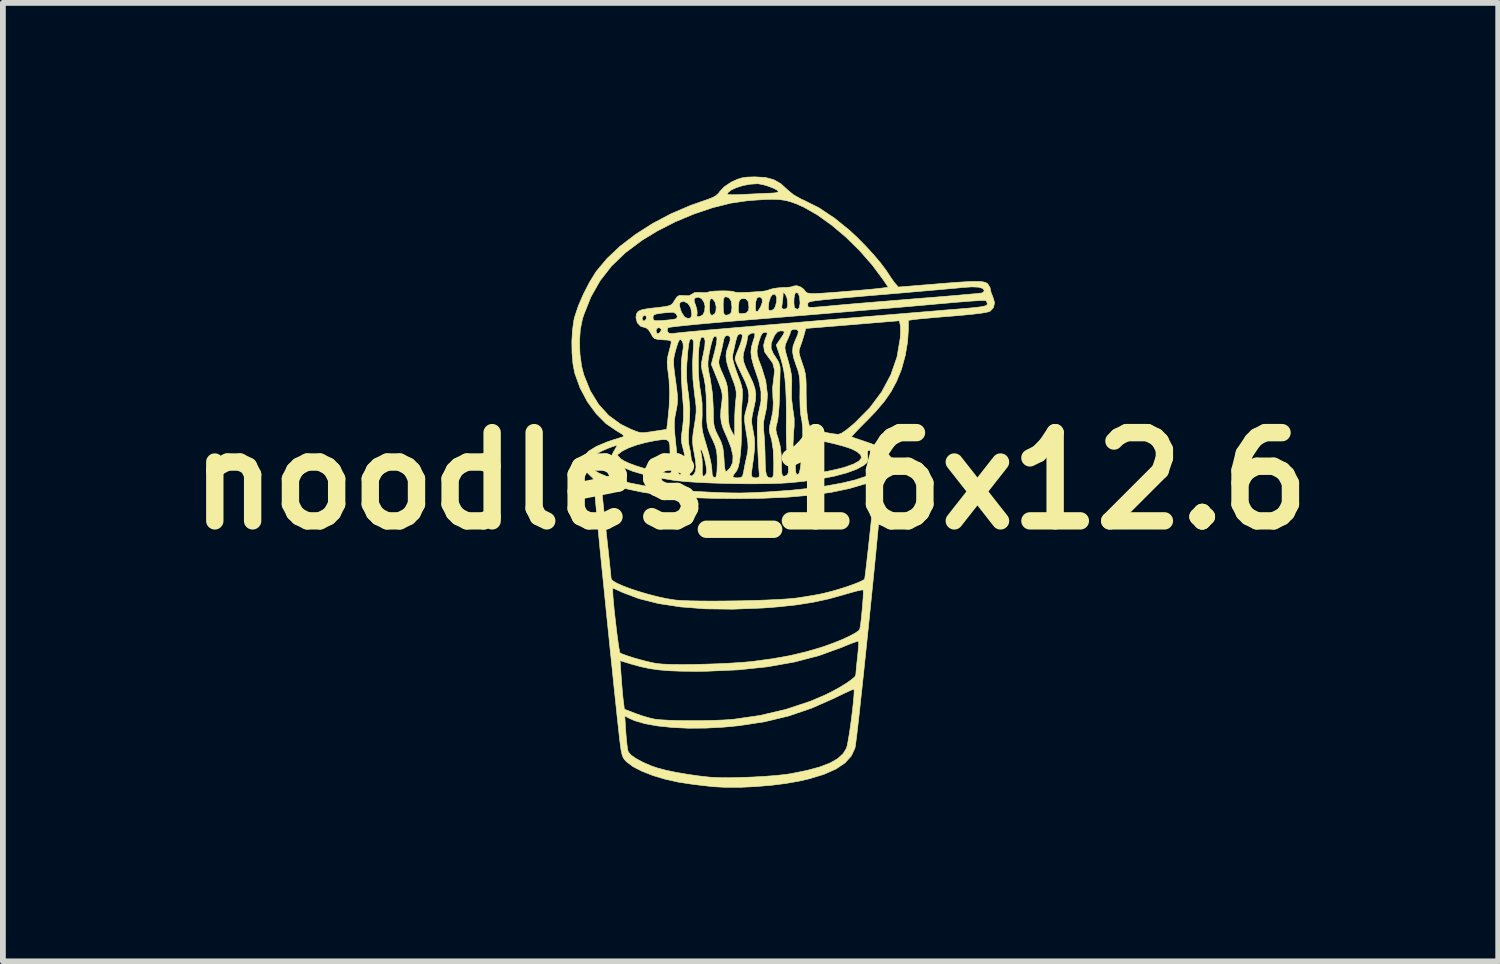
<source format=kicad_pcb>
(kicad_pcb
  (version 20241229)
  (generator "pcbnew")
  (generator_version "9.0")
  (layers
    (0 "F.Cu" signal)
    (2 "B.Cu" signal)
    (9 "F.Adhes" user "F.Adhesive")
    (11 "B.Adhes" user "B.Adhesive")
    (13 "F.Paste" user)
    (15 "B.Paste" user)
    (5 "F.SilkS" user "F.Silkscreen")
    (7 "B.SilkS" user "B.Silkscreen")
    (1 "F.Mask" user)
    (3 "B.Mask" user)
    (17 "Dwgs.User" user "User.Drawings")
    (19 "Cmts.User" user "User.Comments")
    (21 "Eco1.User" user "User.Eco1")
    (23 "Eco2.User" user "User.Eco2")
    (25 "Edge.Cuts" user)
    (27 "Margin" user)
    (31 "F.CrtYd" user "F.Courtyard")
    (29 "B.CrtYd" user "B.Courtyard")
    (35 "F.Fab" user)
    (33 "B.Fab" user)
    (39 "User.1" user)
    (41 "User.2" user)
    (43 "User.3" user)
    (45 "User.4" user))
  (footprint "noodles_16x12.6"
    (layer "F.Cu")
    (at 9.913 5.257)
    (property "Reference" "noodles_16x12.6" (at 0 0 0) (layer "F.SilkS") (effects (font (size 1.524 1.524) (thickness 0.3))))
    (attr through_hole)
    (fp_poly (pts (xy 0.256 -5.242) (xy 0.4 -5.204) (xy 0.525 -5.133) (xy 0.642 -5.025) (xy 0.742 -4.943) (xy 0.877 -4.867) (xy 0.923 -4.847) (xy 1.183 -4.717) (xy 1.454 -4.536) (xy 1.704 -4.334) (xy 1.841 -4.207) (xy 1.984 -4.062) (xy 2.122 -3.912) (xy 2.245 -3.767) (xy 2.341 -3.639) (xy 2.375 -3.588) (xy 2.429 -3.506) (xy 2.481 -3.433) (xy 2.5 -3.41) (xy 2.553 -3.349) (xy 3.142 -3.397) (xy 3.388 -3.417) (xy 3.586 -3.432) (xy 3.742 -3.442) (xy 3.862 -3.446) (xy 3.951 -3.445) (xy 4.014 -3.439) (xy 4.058 -3.428) (xy 4.087 -3.412) (xy 4.1 -3.4) (xy 4.135 -3.344) (xy 4.144 -3.305) (xy 4.156 -3.25) (xy 4.185 -3.181) (xy 4.186 -3.177) (xy 4.215 -3.079) (xy 4.196 -2.993) (xy 4.137 -2.931) (xy 4.085 -2.915) (xy 3.982 -2.897) (xy 3.83 -2.879) (xy 3.631 -2.86) (xy 3.503 -2.849) (xy 3.326 -2.835) (xy 3.162 -2.821) (xy 3.02 -2.808) (xy 2.909 -2.798) (xy 2.839 -2.79) (xy 2.827 -2.789) (xy 2.727 -2.774) (xy 2.727 -2.629) (xy 2.713 -2.406) (xy 2.673 -2.169) (xy 2.612 -1.945) (xy 2.601 -1.912) (xy 2.521 -1.717) (xy 2.427 -1.542) (xy 2.31 -1.373) (xy 2.161 -1.198) (xy 2.027 -1.059) (xy 1.927 -0.959) (xy 1.843 -0.873) (xy 1.781 -0.807) (xy 1.748 -0.769) (xy 1.743 -0.762) (xy 1.771 -0.752) (xy 1.836 -0.729) (xy 1.925 -0.699) (xy 1.938 -0.695) (xy 2.093 -0.641) (xy 2.207 -0.593) (xy 2.293 -0.543) (xy 2.349 -0.498) (xy 2.423 -0.409) (xy 2.444 -0.318) (xy 2.415 -0.221) (xy 2.342 -0.126) (xy 2.296 -0.061) (xy 2.273 0.001) (xy 2.273 0.009) (xy 2.27 0.07) (xy 2.262 0.177) (xy 2.25 0.326) (xy 2.233 0.513) (xy 2.213 0.732) (xy 2.19 0.977) (xy 2.164 1.246) (xy 2.136 1.532) (xy 2.106 1.83) (xy 2.075 2.136) (xy 2.044 2.444) (xy 2.012 2.751) (xy 1.981 3.051) (xy 1.951 3.338) (xy 1.922 3.609) (xy 1.895 3.858) (xy 1.871 4.08) (xy 1.849 4.27) (xy 1.831 4.425) (xy 1.816 4.537) (xy 1.806 4.604) (xy 1.803 4.617) (xy 1.74 4.751) (xy 1.631 4.871) (xy 1.474 4.976) (xy 1.269 5.067) (xy 1.013 5.145) (xy 0.842 5.184) (xy 0.61 5.225) (xy 0.352 5.257) (xy 0.084 5.279) (xy -0.181 5.292) (xy -0.426 5.292) (xy -0.639 5.281) (xy -0.682 5.277) (xy -0.744 5.269) (xy -0.843 5.258) (xy -0.959 5.244) (xy -1.009 5.238) (xy -1.247 5.202) (xy -1.478 5.15) (xy -1.691 5.086) (xy -1.879 5.012) (xy -2.032 4.933) (xy -2.142 4.85) (xy -2.15 4.842) (xy -2.179 4.809) (xy -2.201 4.775) (xy -2.218 4.73) (xy -2.233 4.665) (xy -2.247 4.572) (xy -2.263 4.441) (xy -2.277 4.312) (xy -2.299 4.113) (xy -2.305 4.059) (xy -2.172 4.059) (xy -2.153 4.349) (xy -2.143 4.472) (xy -2.131 4.578) (xy -2.119 4.653) (xy -2.11 4.682) (xy -2.061 4.737) (xy -1.971 4.799) (xy -1.852 4.862) (xy -1.715 4.921) (xy -1.614 4.956) (xy -1.467 4.995) (xy -1.282 5.034) (xy -1.075 5.069) (xy -0.861 5.099) (xy -0.695 5.117) (xy -0.558 5.124) (xy -0.381 5.126) (xy -0.179 5.122) (xy 0.035 5.114) (xy 0.247 5.102) (xy 0.443 5.087) (xy 0.61 5.069) (xy 0.695 5.056) (xy 0.969 5.001) (xy 1.193 4.941) (xy 1.371 4.873) (xy 1.506 4.796) (xy 1.601 4.708) (xy 1.656 4.618) (xy 1.671 4.566) (xy 1.688 4.476) (xy 1.708 4.358) (xy 1.728 4.222) (xy 1.747 4.078) (xy 1.764 3.936) (xy 1.778 3.807) (xy 1.787 3.7) (xy 1.79 3.626) (xy 1.786 3.595) (xy 1.76 3.604) (xy 1.696 3.632) (xy 1.601 3.676) (xy 1.486 3.732) (xy 1.444 3.753) (xy 1.056 3.924) (xy 0.66 4.059) (xy 0.245 4.159) (xy -0.199 4.227) (xy -0.46 4.252) (xy -0.771 4.269) (xy -1.07 4.271) (xy -1.349 4.258) (xy -1.602 4.232) (xy -1.822 4.193) (xy -2 4.141) (xy -2.087 4.103) (xy -2.172 4.059) (xy -2.305 4.059) (xy -2.324 3.877) (xy -2.352 3.611) (xy -2.382 3.321) (xy -2.404 3.104) (xy -2.253 3.104) (xy -2.234 3.377) (xy -2.224 3.512) (xy -2.213 3.645) (xy -2.202 3.756) (xy -2.197 3.796) (xy -2.179 3.942) (xy -1.985 4.017) (xy -1.868 4.058) (xy -1.747 4.093) (xy -1.651 4.115) (xy -1.555 4.125) (xy -1.416 4.133) (xy -1.247 4.138) (xy -1.059 4.14) (xy -0.863 4.14) (xy -0.671 4.136) (xy -0.494 4.13) (xy -0.344 4.121) (xy -0.29 4.116) (xy 0.165 4.05) (xy 0.608 3.946) (xy 1.026 3.808) (xy 1.277 3.702) (xy 1.409 3.637) (xy 1.535 3.568) (xy 1.649 3.498) (xy 1.739 3.435) (xy 1.799 3.385) (xy 1.818 3.353) (xy 1.821 3.313) (xy 1.828 3.232) (xy 1.839 3.125) (xy 1.848 3.047) (xy 1.859 2.933) (xy 1.866 2.841) (xy 1.868 2.781) (xy 1.866 2.766) (xy 1.839 2.772) (xy 1.772 2.795) (xy 1.678 2.831) (xy 1.575 2.874) (xy 1.187 3.015) (xy 0.76 3.127) (xy 0.293 3.21) (xy -0.215 3.263) (xy -0.766 3.287) (xy -0.953 3.288) (xy -1.201 3.286) (xy -1.408 3.278) (xy -1.585 3.263) (xy -1.745 3.24) (xy -1.9 3.207) (xy -2.061 3.163) (xy -2.082 3.156) (xy -2.253 3.104) (xy -2.404 3.104) (xy -2.414 3.014) (xy -2.446 2.696) (xy -2.479 2.375) (xy -2.511 2.056) (xy -2.532 1.848) (xy -2.38 1.848) (xy -2.379 1.92) (xy -2.376 1.99) (xy -2.367 2.094) (xy -2.355 2.223) (xy -2.339 2.366) (xy -2.322 2.514) (xy -2.305 2.656) (xy -2.288 2.782) (xy -2.273 2.883) (xy -2.261 2.949) (xy -2.255 2.969) (xy -2.215 2.989) (xy -2.135 3.018) (xy -2.03 3.052) (xy -1.91 3.086) (xy -1.79 3.118) (xy -1.681 3.142) (xy -1.618 3.154) (xy -1.519 3.163) (xy -1.378 3.169) (xy -1.202 3.171) (xy -1.004 3.17) (xy -0.792 3.165) (xy -0.576 3.158) (xy -0.366 3.148) (xy -0.173 3.136) (xy -0.005 3.122) (xy 0.053 3.115) (xy 0.386 3.07) (xy 0.68 3.017) (xy 0.952 2.953) (xy 1.216 2.876) (xy 1.268 2.859) (xy 1.423 2.803) (xy 1.571 2.744) (xy 1.7 2.685) (xy 1.802 2.631) (xy 1.868 2.586) (xy 1.884 2.568) (xy 1.893 2.532) (xy 1.904 2.457) (xy 1.916 2.355) (xy 1.927 2.239) (xy 1.937 2.122) (xy 1.945 2.016) (xy 1.948 1.934) (xy 1.947 1.888) (xy 1.945 1.883) (xy 1.915 1.884) (xy 1.844 1.899) (xy 1.743 1.926) (xy 1.622 1.961) (xy 1.613 1.964) (xy 1.35 2.037) (xy 1.083 2.095) (xy 0.798 2.14) (xy 0.482 2.174) (xy 0.209 2.195) (xy -0.304 2.215) (xy -0.775 2.209) (xy -1.203 2.176) (xy -1.586 2.118) (xy -1.925 2.033) (xy -2.207 1.927) (xy -2.38 1.848) (xy -2.532 1.848) (xy -2.542 1.747) (xy -2.572 1.454) (xy -2.599 1.183) (xy -2.622 0.942) (xy -2.642 0.737) (xy -2.657 0.574) (xy -2.664 0.497) (xy -2.705 0.03) (xy -2.578 0.03) (xy -2.577 0.058) (xy -2.571 0.133) (xy -2.56 0.247) (xy -2.545 0.395) (xy -2.527 0.57) (xy -2.506 0.765) (xy -2.497 0.842) (xy -2.475 1.045) (xy -2.454 1.232) (xy -2.437 1.396) (xy -2.423 1.531) (xy -2.413 1.628) (xy -2.408 1.682) (xy -2.407 1.689) (xy -2.382 1.722) (xy -2.313 1.764) (xy -2.208 1.811) (xy -2.076 1.861) (xy -1.925 1.911) (xy -1.764 1.958) (xy -1.601 2) (xy -1.444 2.034) (xy -1.301 2.056) (xy -1.297 2.057) (xy -1.186 2.065) (xy -1.032 2.071) (xy -0.844 2.074) (xy -0.63 2.075) (xy -0.4 2.073) (xy -0.165 2.07) (xy 0.068 2.064) (xy 0.288 2.056) (xy 0.485 2.047) (xy 0.652 2.036) (xy 0.777 2.024) (xy 0.789 2.023) (xy 0.933 2.001) (xy 1.079 1.977) (xy 1.208 1.953) (xy 1.266 1.94) (xy 1.398 1.907) (xy 1.537 1.867) (xy 1.672 1.824) (xy 1.792 1.781) (xy 1.889 1.742) (xy 1.951 1.711) (xy 1.97 1.695) (xy 1.976 1.662) (xy 1.986 1.583) (xy 2 1.468) (xy 2.016 1.324) (xy 2.035 1.159) (xy 2.054 0.981) (xy 2.074 0.797) (xy 2.093 0.616) (xy 2.11 0.444) (xy 2.125 0.29) (xy 2.138 0.162) (xy 2.146 0.067) (xy 2.15 0.013) (xy 2.149 0.004) (xy 2.123 0.007) (xy 2.06 0.025) (xy 1.976 0.052) (xy 1.703 0.132) (xy 1.391 0.197) (xy 1.037 0.246) (xy 0.639 0.28) (xy 0.194 0.3) (xy -0.227 0.305) (xy -0.628 0.301) (xy -0.985 0.289) (xy -1.304 0.268) (xy -1.594 0.237) (xy -1.863 0.195) (xy -2.119 0.141) (xy -2.321 0.089) (xy -2.428 0.061) (xy -2.514 0.04) (xy -2.567 0.03) (xy -2.578 0.03) (xy -2.705 0.03) (xy -2.711 -0.035) (xy -2.813 -0.136) (xy -2.888 -0.235) (xy -2.911 -0.332) (xy -2.91 -0.332) (xy -2.803 -0.332) (xy -2.787 -0.265) (xy -2.724 -0.199) (xy -2.617 -0.134) (xy -2.47 -0.073) (xy -2.287 -0.015) (xy -2.07 0.038) (xy -1.823 0.086) (xy -1.55 0.126) (xy -1.252 0.159) (xy -0.935 0.182) (xy -0.856 0.186) (xy -0.64 0.197) (xy -0.464 0.204) (xy -0.314 0.207) (xy -0.178 0.208) (xy -0.042 0.205) (xy 0.108 0.199) (xy 0.284 0.19) (xy 0.348 0.186) (xy 0.695 0.161) (xy 1.021 0.127) (xy 1.318 0.085) (xy 1.583 0.036) (xy 1.809 -0.018) (xy 1.99 -0.078) (xy 2.076 -0.116) (xy 2.208 -0.19) (xy 2.288 -0.255) (xy 2.318 -0.315) (xy 2.3 -0.374) (xy 2.234 -0.435) (xy 2.182 -0.468) (xy 2.095 -0.515) (xy 2.044 -0.53) (xy 2.022 -0.512) (xy 2.021 -0.457) (xy 2.024 -0.432) (xy 2.028 -0.359) (xy 2.007 -0.313) (xy 1.956 -0.27) (xy 1.831 -0.202) (xy 1.659 -0.139) (xy 1.444 -0.082) (xy 1.193 -0.033) (xy 0.91 0.007) (xy 0.696 0.029) (xy 0.525 0.04) (xy 0.315 0.046) (xy 0.078 0.049) (xy -0.176 0.048) (xy -0.435 0.043) (xy -0.688 0.035) (xy -0.923 0.024) (xy -1.13 0.01) (xy -1.296 -0.007) (xy -1.323 -0.011) (xy -1.597 -0.056) (xy -1.837 -0.109) (xy -2.039 -0.169) (xy -2.199 -0.234) (xy -2.313 -0.303) (xy -2.369 -0.362) (xy -2.394 -0.408) (xy -2.394 -0.448) (xy -2.394 -0.448) (xy -2.303 -0.448) (xy -2.243 -0.384) (xy -2.187 -0.347) (xy -2.091 -0.303) (xy -1.968 -0.258) (xy -1.83 -0.215) (xy -1.689 -0.178) (xy -1.559 -0.151) (xy -1.451 -0.137) (xy -1.433 -0.136) (xy -1.387 -0.137) (xy -1.367 -0.153) (xy -1.366 -0.199) (xy -1.373 -0.258) (xy -1.384 -0.365) (xy -1.39 -0.483) (xy -1.391 -0.518) (xy -1.394 -0.621) (xy -1.41 -0.683) (xy -1.449 -0.711) (xy -1.52 -0.715) (xy -1.633 -0.699) (xy -1.635 -0.699) (xy -1.806 -0.665) (xy -1.967 -0.621) (xy -2.106 -0.571) (xy -2.208 -0.52) (xy -2.233 -0.503) (xy -2.303 -0.448) (xy -2.394 -0.448) (xy -2.366 -0.504) (xy -2.355 -0.523) (xy -2.299 -0.619) (xy -2.359 -0.601) (xy -2.453 -0.567) (xy -2.558 -0.522) (xy -2.657 -0.473) (xy -2.734 -0.427) (xy -2.769 -0.399) (xy -2.803 -0.332) (xy -2.91 -0.332) (xy -2.88 -0.424) (xy -2.798 -0.513) (xy -2.663 -0.596) (xy -2.477 -0.674) (xy -2.38 -0.707) (xy -2.292 -0.734) (xy -2.221 -0.757) (xy -2.193 -0.766) (xy -2.19 -0.784) (xy -2.234 -0.819) (xy -2.307 -0.862) (xy -2.494 -0.989) (xy -2.666 -1.162) (xy -2.818 -1.369) (xy -2.943 -1.605) (xy -3.035 -1.858) (xy -3.038 -1.872) (xy -3.067 -2.024) (xy -3.083 -2.21) (xy -3.086 -2.407) (xy -2.954 -2.407) (xy -2.946 -2.188) (xy -2.917 -1.978) (xy -2.879 -1.831) (xy -2.767 -1.555) (xy -2.624 -1.322) (xy -2.45 -1.131) (xy -2.243 -0.98) (xy -2.068 -0.894) (xy -1.987 -0.861) (xy -1.929 -0.841) (xy -1.879 -0.833) (xy -1.819 -0.836) (xy -1.733 -0.848) (xy -1.653 -0.86) (xy -1.448 -0.891) (xy -1.432 -1.014) (xy -1.406 -1.275) (xy -1.397 -1.524) (xy -1.407 -1.745) (xy -1.418 -1.839) (xy -1.435 -1.968) (xy -1.438 -2.047) (xy -1.329 -2.047) (xy -1.324 -1.967) (xy -1.312 -1.86) (xy -1.294 -1.735) (xy -1.275 -1.59) (xy -1.263 -1.483) (xy -1.26 -1.4) (xy -1.265 -1.327) (xy -1.277 -1.25) (xy -1.288 -1.199) (xy -1.306 -1.105) (xy -1.315 -1.02) (xy -1.315 -0.929) (xy -1.308 -0.816) (xy -1.295 -0.682) (xy -1.28 -0.542) (xy -1.269 -0.409) (xy -1.261 -0.298) (xy -1.258 -0.234) (xy -1.249 -0.145) (xy -1.229 -0.105) (xy -1.201 -0.115) (xy -1.172 -0.172) (xy -1.15 -0.254) (xy -1.134 -0.355) (xy -1.137 -0.441) (xy -1.16 -0.542) (xy -1.164 -0.555) (xy -1.187 -0.648) (xy -1.195 -0.727) (xy -1.188 -0.818) (xy -1.176 -0.899) (xy -1.159 -1.062) (xy -1.157 -1.235) (xy -1.16 -1.287) (xy -1.181 -1.551) (xy -1.193 -1.768) (xy -1.195 -1.862) (xy -1.105 -1.862) (xy -1.1 -1.72) (xy -1.084 -1.578) (xy -1.07 -1.489) (xy -1.048 -1.255) (xy -1.055 -1.035) (xy -1.066 -0.89) (xy -1.072 -0.785) (xy -1.072 -0.706) (xy -1.067 -0.641) (xy -1.055 -0.575) (xy -1.041 -0.516) (xy -1.022 -0.373) (xy -1.035 -0.243) (xy -1.047 -0.164) (xy -1.051 -0.108) (xy -1.047 -0.094) (xy -1.011 -0.086) (xy -0.973 -0.123) (xy -0.951 -0.168) (xy -0.941 -0.239) (xy -0.95 -0.348) (xy -0.97 -0.467) (xy -0.983 -0.535) (xy -0.864 -0.535) (xy -0.856 -0.485) (xy -0.851 -0.465) (xy -0.837 -0.379) (xy -0.832 -0.273) (xy -0.833 -0.224) (xy -0.834 -0.132) (xy -0.822 -0.087) (xy -0.809 -0.08) (xy -0.779 -0.103) (xy -0.76 -0.144) (xy -0.759 -0.198) (xy -0.771 -0.28) (xy -0.791 -0.374) (xy -0.816 -0.461) (xy -0.841 -0.526) (xy -0.857 -0.549) (xy -0.864 -0.535) (xy -0.983 -0.535) (xy -0.991 -0.578) (xy -1 -0.663) (xy -1 -0.744) (xy -0.989 -0.839) (xy -0.97 -0.96) (xy -0.949 -1.091) (xy -0.939 -1.192) (xy -0.94 -1.284) (xy -0.951 -1.389) (xy -0.964 -1.474) (xy -0.995 -1.762) (xy -1 -2.023) (xy -0.902 -2.023) (xy -0.899 -1.877) (xy -0.89 -1.736) (xy -0.875 -1.61) (xy -0.868 -1.575) (xy -0.837 -1.348) (xy -0.835 -1.134) (xy -0.836 -1.116) (xy -0.841 -1.014) (xy -0.839 -0.93) (xy -0.827 -0.846) (xy -0.801 -0.746) (xy -0.761 -0.613) (xy -0.76 -0.608) (xy -0.722 -0.478) (xy -0.692 -0.355) (xy -0.673 -0.255) (xy -0.668 -0.203) (xy -0.662 -0.111) (xy -0.642 -0.066) (xy -0.606 -0.061) (xy -0.603 -0.062) (xy -0.589 -0.093) (xy -0.579 -0.169) (xy -0.575 -0.282) (xy -0.575 -0.31) (xy -0.577 -0.432) (xy -0.587 -0.522) (xy -0.607 -0.6) (xy -0.644 -0.688) (xy -0.666 -0.735) (xy -0.703 -0.813) (xy -0.728 -0.877) (xy -0.745 -0.94) (xy -0.754 -1.015) (xy -0.759 -1.116) (xy -0.761 -1.255) (xy -0.761 -1.283) (xy -0.767 -1.489) (xy -0.781 -1.651) (xy -0.804 -1.781) (xy -0.813 -1.818) (xy -0.837 -1.91) (xy -0.847 -1.979) (xy -0.844 -2.046) (xy -0.843 -2.055) (xy -0.735 -2.055) (xy -0.735 -1.981) (xy -0.723 -1.895) (xy -0.699 -1.779) (xy -0.696 -1.765) (xy -0.656 -1.5) (xy -0.642 -1.224) (xy -0.641 -1.093) (xy -0.636 -1) (xy -0.624 -0.93) (xy -0.602 -0.866) (xy -0.567 -0.794) (xy -0.555 -0.771) (xy -0.508 -0.673) (xy -0.48 -0.586) (xy -0.465 -0.487) (xy -0.458 -0.383) (xy -0.452 -0.281) (xy -0.442 -0.204) (xy -0.431 -0.164) (xy -0.427 -0.16) (xy -0.397 -0.179) (xy -0.353 -0.226) (xy -0.347 -0.234) (xy -0.307 -0.32) (xy -0.303 -0.434) (xy -0.337 -0.579) (xy -0.408 -0.758) (xy -0.42 -0.783) (xy -0.473 -0.905) (xy -0.504 -1.007) (xy -0.516 -1.109) (xy -0.512 -1.228) (xy -0.495 -1.365) (xy -0.488 -1.439) (xy -0.49 -1.502) (xy -0.504 -1.571) (xy -0.535 -1.66) (xy -0.576 -1.764) (xy -0.677 -2.013) (xy -0.669 -2.046) (xy -0.549 -2.046) (xy -0.539 -1.992) (xy -0.512 -1.921) (xy -0.475 -1.838) (xy -0.439 -1.754) (xy -0.414 -1.685) (xy -0.399 -1.617) (xy -0.391 -1.535) (xy -0.388 -1.425) (xy -0.387 -1.31) (xy -0.386 -1.16) (xy -0.38 -1.052) (xy -0.37 -0.974) (xy -0.353 -0.915) (xy -0.335 -0.876) (xy -0.302 -0.814) (xy -0.281 -0.779) (xy -0.277 -0.775) (xy -0.275 -0.8) (xy -0.273 -0.865) (xy -0.274 -0.958) (xy -0.274 -0.983) (xy -0.273 -1.118) (xy -0.266 -1.264) (xy -0.256 -1.377) (xy -0.247 -1.467) (xy -0.247 -1.537) (xy -0.259 -1.605) (xy -0.284 -1.688) (xy -0.328 -1.802) (xy -0.331 -1.811) (xy -0.385 -1.959) (xy -0.416 -2.073) (xy -0.424 -2.166) (xy -0.31 -2.166) (xy -0.307 -2.103) (xy -0.28 -1.999) (xy -0.233 -1.862) (xy -0.226 -1.845) (xy -0.181 -1.727) (xy -0.154 -1.64) (xy -0.14 -1.568) (xy -0.138 -1.491) (xy -0.144 -1.393) (xy -0.146 -1.364) (xy -0.155 -1.243) (xy -0.16 -1.129) (xy -0.161 -1.042) (xy -0.16 -1.029) (xy -0.156 -0.829) (xy -0.161 -0.639) (xy -0.173 -0.47) (xy -0.192 -0.329) (xy -0.217 -0.225) (xy -0.244 -0.169) (xy -0.294 -0.105) (xy -0.305 -0.07) (xy -0.276 -0.056) (xy -0.23 -0.053) (xy -0.168 -0.058) (xy -0.138 -0.082) (xy -0.122 -0.142) (xy -0.12 -0.154) (xy -0.105 -0.237) (xy -0.083 -0.343) (xy -0.067 -0.414) (xy -0.05 -0.497) (xy -0.043 -0.571) (xy -0.046 -0.652) (xy -0.061 -0.758) (xy -0.073 -0.834) (xy -0.093 -0.957) (xy -0.103 -1.042) (xy -0.103 -1.108) (xy -0.092 -1.168) (xy -0.072 -1.237) (xy -0.038 -1.366) (xy -0.028 -1.477) (xy -0.044 -1.585) (xy -0.088 -1.707) (xy -0.147 -1.83) (xy -0.198 -1.935) (xy -0.239 -2.026) (xy -0.263 -2.089) (xy -0.267 -2.109) (xy -0.262 -2.13) (xy -0.129 -2.13) (xy -0.116 -2.05) (xy -0.079 -1.953) (xy -0.03 -1.851) (xy 0.037 -1.71) (xy 0.076 -1.598) (xy 0.091 -1.496) (xy 0.084 -1.389) (xy 0.058 -1.26) (xy 0.056 -1.252) (xy 0.031 -1.142) (xy 0.02 -1.062) (xy 0.022 -0.988) (xy 0.038 -0.898) (xy 0.045 -0.864) (xy 0.063 -0.76) (xy 0.071 -0.657) (xy 0.068 -0.542) (xy 0.053 -0.4) (xy 0.03 -0.241) (xy 0.017 -0.143) (xy 0.018 -0.087) (xy 0.039 -0.061) (xy 0.081 -0.054) (xy 0.095 -0.053) (xy 0.135 -0.058) (xy 0.151 -0.081) (xy 0.15 -0.138) (xy 0.147 -0.167) (xy 0.142 -0.235) (xy 0.136 -0.343) (xy 0.129 -0.478) (xy 0.123 -0.627) (xy 0.121 -0.682) (xy 0.117 -0.857) (xy 0.117 -0.99) (xy 0.123 -1.091) (xy 0.135 -1.169) (xy 0.147 -1.214) (xy 0.181 -1.378) (xy 0.181 -1.542) (xy 0.144 -1.721) (xy 0.103 -1.845) (xy 0.05 -2.002) (xy 0.018 -2.124) (xy 0.007 -2.223) (xy 0.009 -2.248) (xy 0.112 -2.248) (xy 0.117 -2.176) (xy 0.141 -2.092) (xy 0.184 -1.979) (xy 0.192 -1.96) (xy 0.263 -1.729) (xy 0.292 -1.495) (xy 0.279 -1.272) (xy 0.255 -1.162) (xy 0.225 -1.019) (xy 0.226 -0.883) (xy 0.229 -0.857) (xy 0.237 -0.766) (xy 0.245 -0.641) (xy 0.25 -0.501) (xy 0.252 -0.414) (xy 0.255 -0.268) (xy 0.262 -0.167) (xy 0.276 -0.103) (xy 0.297 -0.068) (xy 0.329 -0.055) (xy 0.349 -0.053) (xy 0.373 -0.057) (xy 0.388 -0.076) (xy 0.396 -0.118) (xy 0.4 -0.194) (xy 0.401 -0.313) (xy 0.401 -0.325) (xy 0.392 -0.539) (xy 0.366 -0.703) (xy 0.356 -0.74) (xy 0.333 -0.82) (xy 0.324 -0.882) (xy 0.33 -0.947) (xy 0.351 -1.038) (xy 0.358 -1.065) (xy 0.387 -1.213) (xy 0.393 -1.354) (xy 0.387 -1.437) (xy 0.381 -1.612) (xy 0.4 -1.761) (xy 0.416 -1.911) (xy 0.383 -2.038) (xy 0.308 -2.138) (xy 0.241 -2.233) (xy 0.233 -2.292) (xy 0.355 -2.292) (xy 0.392 -2.201) (xy 0.431 -2.143) (xy 0.487 -2.052) (xy 0.51 -1.97) (xy 0.512 -1.917) (xy 0.51 -1.847) (xy 0.507 -1.738) (xy 0.504 -1.605) (xy 0.501 -1.462) (xy 0.501 -1.457) (xy 0.495 -1.315) (xy 0.485 -1.183) (xy 0.473 -1.074) (xy 0.459 -1.004) (xy 0.458 -1.002) (xy 0.441 -0.936) (xy 0.439 -0.878) (xy 0.454 -0.806) (xy 0.479 -0.729) (xy 0.514 -0.593) (xy 0.532 -0.44) (xy 0.535 -0.322) (xy 0.536 -0.207) (xy 0.54 -0.135) (xy 0.55 -0.097) (xy 0.568 -0.082) (xy 0.585 -0.08) (xy 0.632 -0.104) (xy 0.651 -0.139) (xy 0.655 -0.195) (xy 0.651 -0.284) (xy 0.64 -0.387) (xy 0.63 -0.493) (xy 0.622 -0.632) (xy 0.618 -0.784) (xy 0.617 -0.896) (xy 0.619 -1.173) (xy 0.616 -1.405) (xy 0.608 -1.598) (xy 0.595 -1.759) (xy 0.576 -1.896) (xy 0.55 -2.016) (xy 0.521 -2.117) (xy 0.461 -2.298) (xy 0.594 -2.298) (xy 0.606 -2.231) (xy 0.612 -2.208) (xy 0.658 -2.048) (xy 0.689 -1.926) (xy 0.707 -1.827) (xy 0.713 -1.739) (xy 0.711 -1.649) (xy 0.709 -1.618) (xy 0.708 -1.43) (xy 0.731 -1.237) (xy 0.732 -1.234) (xy 0.754 -1.081) (xy 0.754 -0.941) (xy 0.745 -0.853) (xy 0.734 -0.626) (xy 0.747 -0.517) (xy 0.764 -0.403) (xy 0.774 -0.287) (xy 0.775 -0.236) (xy 0.781 -0.151) (xy 0.798 -0.111) (xy 0.812 -0.107) (xy 0.839 -0.131) (xy 0.855 -0.191) (xy 0.992 -0.191) (xy 0.999 -0.137) (xy 1.003 -0.129) (xy 1.037 -0.125) (xy 1.111 -0.131) (xy 1.213 -0.146) (xy 1.33 -0.167) (xy 1.451 -0.193) (xy 1.565 -0.22) (xy 1.636 -0.24) (xy 1.782 -0.293) (xy 1.875 -0.345) (xy 1.916 -0.397) (xy 1.903 -0.45) (xy 1.839 -0.506) (xy 1.758 -0.548) (xy 1.689 -0.574) (xy 1.591 -0.604) (xy 1.476 -0.635) (xy 1.355 -0.664) (xy 1.24 -0.689) (xy 1.144 -0.708) (xy 1.077 -0.716) (xy 1.052 -0.713) (xy 1.036 -0.674) (xy 1.021 -0.596) (xy 1.008 -0.495) (xy 0.998 -0.385) (xy 0.992 -0.279) (xy 0.992 -0.191) (xy 0.855 -0.191) (xy 0.858 -0.205) (xy 0.866 -0.261) (xy 0.89 -0.522) (xy 0.902 -0.741) (xy 0.901 -0.915) (xy 0.887 -1.04) (xy 0.882 -1.061) (xy 0.866 -1.154) (xy 0.856 -1.286) (xy 0.852 -1.441) (xy 0.853 -1.5) (xy 0.854 -1.642) (xy 0.85 -1.747) (xy 0.839 -1.83) (xy 0.82 -1.907) (xy 0.79 -1.991) (xy 0.744 -2.128) (xy 0.729 -2.214) (xy 0.839 -2.214) (xy 0.855 -2.147) (xy 0.889 -2.047) (xy 0.893 -2.035) (xy 0.924 -1.943) (xy 0.944 -1.862) (xy 0.956 -1.776) (xy 0.961 -1.669) (xy 0.961 -1.526) (xy 0.961 -1.514) (xy 0.964 -1.337) (xy 0.975 -1.178) (xy 0.994 -1.045) (xy 1.018 -0.948) (xy 1.042 -0.901) (xy 1.075 -0.887) (xy 1.147 -0.869) (xy 1.241 -0.848) (xy 1.343 -0.829) (xy 1.439 -0.813) (xy 1.513 -0.805) (xy 1.517 -0.805) (xy 1.57 -0.823) (xy 1.656 -0.881) (xy 1.772 -0.976) (xy 1.802 -1.003) (xy 2.059 -1.262) (xy 2.266 -1.539) (xy 2.423 -1.832) (xy 2.53 -2.14) (xy 2.585 -2.462) (xy 2.585 -2.464) (xy 2.591 -2.565) (xy 2.59 -2.654) (xy 2.585 -2.704) (xy 2.569 -2.767) (xy 1.762 -2.7) (xy 0.955 -2.634) (xy 0.922 -2.513) (xy 0.893 -2.419) (xy 0.863 -2.332) (xy 0.855 -2.312) (xy 0.84 -2.264) (xy 0.839 -2.214) (xy 0.729 -2.214) (xy 0.726 -2.235) (xy 0.734 -2.326) (xy 0.768 -2.417) (xy 0.775 -2.433) (xy 0.817 -2.528) (xy 0.826 -2.586) (xy 0.8 -2.615) (xy 0.762 -2.62) (xy 0.712 -2.609) (xy 0.695 -2.589) (xy 0.684 -2.547) (xy 0.656 -2.478) (xy 0.637 -2.437) (xy 0.603 -2.358) (xy 0.594 -2.298) (xy 0.461 -2.298) (xy 0.445 -2.349) (xy 0.516 -2.453) (xy 0.566 -2.528) (xy 0.584 -2.571) (xy 0.569 -2.589) (xy 0.523 -2.593) (xy 0.522 -2.593) (xy 0.47 -2.579) (xy 0.425 -2.53) (xy 0.402 -2.488) (xy 0.358 -2.381) (xy 0.355 -2.292) (xy 0.233 -2.292) (xy 0.226 -2.343) (xy 0.252 -2.447) (xy 0.282 -2.519) (xy 0.29 -2.554) (xy 0.276 -2.566) (xy 0.243 -2.567) (xy 0.207 -2.553) (xy 0.178 -2.506) (xy 0.149 -2.422) (xy 0.123 -2.324) (xy 0.112 -2.248) (xy 0.009 -2.248) (xy 0.016 -2.313) (xy 0.042 -2.405) (xy 0.042 -2.405) (xy 0.071 -2.494) (xy 0.076 -2.541) (xy 0.055 -2.557) (xy 0.006 -2.549) (xy 0.006 -2.549) (xy -0.044 -2.514) (xy -0.053 -2.473) (xy -0.062 -2.411) (xy -0.084 -2.327) (xy -0.094 -2.299) (xy -0.121 -2.208) (xy -0.129 -2.13) (xy -0.262 -2.13) (xy -0.256 -2.159) (xy -0.229 -2.233) (xy -0.216 -2.262) (xy -0.18 -2.352) (xy -0.152 -2.438) (xy -0.148 -2.456) (xy -0.14 -2.514) (xy -0.156 -2.537) (xy -0.179 -2.54) (xy -0.211 -2.528) (xy -0.236 -2.485) (xy -0.259 -2.401) (xy -0.262 -2.386) (xy -0.283 -2.289) (xy -0.302 -2.204) (xy -0.31 -2.166) (xy -0.424 -2.166) (xy -0.424 -2.166) (xy -0.412 -2.249) (xy -0.388 -2.317) (xy -0.353 -2.421) (xy -0.353 -2.486) (xy -0.388 -2.512) (xy -0.4 -2.513) (xy -0.439 -2.499) (xy -0.462 -2.447) (xy -0.469 -2.413) (xy -0.486 -2.327) (xy -0.511 -2.221) (xy -0.524 -2.172) (xy -0.543 -2.1) (xy -0.549 -2.046) (xy -0.669 -2.046) (xy -0.618 -2.24) (xy -0.587 -2.374) (xy -0.579 -2.46) (xy -0.592 -2.5) (xy -0.628 -2.494) (xy -0.631 -2.492) (xy -0.65 -2.459) (xy -0.673 -2.386) (xy -0.697 -2.287) (xy -0.705 -2.246) (xy -0.726 -2.137) (xy -0.735 -2.055) (xy -0.843 -2.055) (xy -0.828 -2.133) (xy -0.814 -2.197) (xy -0.789 -2.331) (xy -0.784 -2.42) (xy -0.8 -2.47) (xy -0.838 -2.487) (xy -0.839 -2.487) (xy -0.861 -2.461) (xy -0.879 -2.393) (xy -0.892 -2.29) (xy -0.9 -2.164) (xy -0.902 -2.023) (xy -1 -2.023) (xy -1 -2.057) (xy -0.989 -2.272) (xy -0.984 -2.368) (xy -0.988 -2.422) (xy -1.004 -2.448) (xy -1.019 -2.453) (xy -1.04 -2.449) (xy -1.056 -2.421) (xy -1.068 -2.36) (xy -1.081 -2.257) (xy -1.085 -2.214) (xy -1.1 -2.02) (xy -1.105 -1.862) (xy -1.195 -1.862) (xy -1.197 -1.942) (xy -1.193 -2.08) (xy -1.18 -2.185) (xy -1.178 -2.194) (xy -1.162 -2.299) (xy -1.164 -2.369) (xy -1.178 -2.409) (xy -1.202 -2.442) (xy -1.225 -2.44) (xy -1.249 -2.398) (xy -1.278 -2.31) (xy -1.296 -2.248) (xy -1.315 -2.174) (xy -1.326 -2.111) (xy -1.329 -2.047) (xy -1.438 -2.047) (xy -1.439 -2.064) (xy -1.429 -2.147) (xy -1.42 -2.186) (xy -1.397 -2.275) (xy -1.378 -2.35) (xy -1.373 -2.371) (xy -1.369 -2.405) (xy -1.385 -2.423) (xy -1.433 -2.433) (xy -1.514 -2.438) (xy -1.603 -2.445) (xy -1.656 -2.459) (xy -1.689 -2.489) (xy -1.719 -2.544) (xy -1.72 -2.547) (xy -1.75 -2.593) (xy -1.631 -2.593) (xy -1.618 -2.547) (xy -1.585 -2.548) (xy -1.554 -2.576) (xy -1.544 -2.605) (xy -1.439 -2.605) (xy -1.434 -2.58) (xy -1.411 -2.553) (xy -1.362 -2.546) (xy -1.304 -2.552) (xy -1.239 -2.559) (xy -1.132 -2.57) (xy -0.996 -2.583) (xy -0.842 -2.597) (xy -0.735 -2.607) (xy -0.615 -2.617) (xy -0.448 -2.631) (xy -0.243 -2.649) (xy -0.003 -2.669) (xy 0.264 -2.692) (xy 0.554 -2.716) (xy 0.859 -2.742) (xy 1.174 -2.769) (xy 1.494 -2.796) (xy 1.812 -2.822) (xy 2.122 -2.848) (xy 2.419 -2.873) (xy 2.697 -2.896) (xy 2.949 -2.917) (xy 3.17 -2.935) (xy 3.354 -2.951) (xy 3.495 -2.962) (xy 3.569 -2.968) (xy 3.75 -2.983) (xy 3.885 -2.996) (xy 3.979 -3.008) (xy 4.04 -3.02) (xy 4.074 -3.033) (xy 4.089 -3.05) (xy 4.091 -3.061) (xy 4.074 -3.106) (xy 4.064 -3.115) (xy 4.031 -3.117) (xy 3.953 -3.115) (xy 3.837 -3.108) (xy 3.692 -3.097) (xy 3.526 -3.084) (xy 3.443 -3.076) (xy 3.169 -3.052) (xy 2.844 -3.023) (xy 2.466 -2.99) (xy 2.038 -2.954) (xy 1.56 -2.914) (xy 1.034 -2.87) (xy 0.459 -2.823) (xy -0.163 -2.772) (xy -0.227 -2.767) (xy -0.473 -2.746) (xy -0.702 -2.726) (xy -0.91 -2.707) (xy -1.09 -2.689) (xy -1.237 -2.674) (xy -1.346 -2.661) (xy -1.411 -2.652) (xy -1.427 -2.647) (xy -1.439 -2.605) (xy -1.544 -2.605) (xy -1.539 -2.619) (xy -1.57 -2.644) (xy -1.595 -2.647) (xy -1.624 -2.625) (xy -1.631 -2.593) (xy -1.75 -2.593) (xy -1.762 -2.612) (xy -1.805 -2.645) (xy -1.814 -2.647) (xy -1.897 -2.671) (xy -1.956 -2.733) (xy -1.974 -2.805) (xy -1.872 -2.805) (xy -1.857 -2.766) (xy -1.828 -2.765) (xy -1.801 -2.799) (xy -1.796 -2.816) (xy -1.797 -2.821) (xy -1.684 -2.821) (xy -1.681 -2.79) (xy -1.665 -2.773) (xy -1.623 -2.768) (xy -1.545 -2.77) (xy -1.491 -2.774) (xy -1.393 -2.783) (xy -1.317 -2.794) (xy -1.277 -2.805) (xy -1.276 -2.806) (xy -1.264 -2.845) (xy -1.287 -2.888) (xy -1.332 -2.913) (xy -1.346 -2.914) (xy -1.406 -2.911) (xy -1.493 -2.903) (xy -1.544 -2.897) (xy -1.627 -2.884) (xy -1.669 -2.867) (xy -1.683 -2.838) (xy -1.684 -2.821) (xy -1.797 -2.821) (xy -1.808 -2.854) (xy -1.83 -2.861) (xy -1.864 -2.838) (xy -1.872 -2.805) (xy -1.974 -2.805) (xy -1.979 -2.821) (xy -1.979 -2.821) (xy -1.97 -2.886) (xy -1.938 -2.93) (xy -1.873 -2.958) (xy -1.767 -2.977) (xy -1.736 -2.981) (xy -1.59 -2.997) (xy -1.488 -3.01) (xy -1.42 -3.023) (xy -1.388 -3.035) (xy -1.229 -3.035) (xy -1.206 -2.949) (xy -1.185 -2.902) (xy -1.14 -2.833) (xy -1.087 -2.808) (xy -1.078 -2.807) (xy -1.035 -2.816) (xy -1.018 -2.852) (xy -1.016 -2.895) (xy -1.033 -2.993) (xy -1.08 -3.065) (xy -1.147 -3.1) (xy -1.165 -3.101) (xy -1.216 -3.085) (xy -1.229 -3.035) (xy -1.388 -3.035) (xy -1.377 -3.039) (xy -1.349 -3.061) (xy -1.327 -3.092) (xy -1.311 -3.12) (xy -1.301 -3.134) (xy -0.975 -3.134) (xy -0.968 -3.088) (xy -0.949 -3.037) (xy -0.926 -2.96) (xy -0.921 -2.894) (xy -0.924 -2.883) (xy -0.928 -2.844) (xy -0.896 -2.837) (xy -0.879 -2.839) (xy -0.823 -2.869) (xy -0.793 -2.931) (xy -0.786 -3.009) (xy -0.709 -3.009) (xy -0.706 -2.922) (xy -0.695 -2.877) (xy -0.672 -2.862) (xy -0.662 -2.861) (xy -0.62 -2.885) (xy -0.598 -2.931) (xy -0.593 -3.01) (xy -0.596 -3.021) (xy -0.472 -3.021) (xy -0.469 -2.926) (xy -0.454 -2.875) (xy -0.422 -2.861) (xy -0.366 -2.876) (xy -0.363 -2.877) (xy -0.332 -2.913) (xy -0.329 -2.937) (xy -0.211 -2.937) (xy -0.201 -2.9) (xy -0.175 -2.888) (xy -0.164 -2.888) (xy -0.097 -2.896) (xy -0.069 -2.904) (xy -0.036 -2.943) (xy -0.027 -3.004) (xy -0.032 -3.041) (xy 0.085 -3.041) (xy 0.086 -2.955) (xy 0.101 -2.92) (xy 0.13 -2.936) (xy 0.16 -2.983) (xy 0.307 -2.983) (xy 0.317 -2.95) (xy 0.346 -2.941) (xy 0.351 -2.941) (xy 0.401 -2.965) (xy 0.418 -2.993) (xy 0.538 -2.993) (xy 0.555 -2.971) (xy 0.585 -2.968) (xy 0.623 -2.976) (xy 0.639 -3.011) (xy 0.642 -3.07) (xy 0.641 -3.073) (xy 0.749 -3.073) (xy 0.756 -3.01) (xy 0.766 -2.986) (xy 0.81 -2.963) (xy 0.84 -2.989) (xy 0.848 -3.026) (xy 0.989 -3.026) (xy 0.992 -3.011) (xy 1.006 -3.002) (xy 1.038 -2.999) (xy 1.096 -3) (xy 1.185 -3.007) (xy 1.314 -3.018) (xy 1.484 -3.034) (xy 1.612 -3.045) (xy 1.783 -3.06) (xy 1.989 -3.077) (xy 2.221 -3.096) (xy 2.467 -3.116) (xy 2.721 -3.137) (xy 2.941 -3.155) (xy 3.171 -3.173) (xy 3.385 -3.191) (xy 3.576 -3.207) (xy 3.74 -3.222) (xy 3.869 -3.233) (xy 3.958 -3.242) (xy 4.001 -3.248) (xy 4.004 -3.248) (xy 4.035 -3.277) (xy 4.037 -3.288) (xy 4.012 -3.325) (xy 3.938 -3.347) (xy 3.819 -3.352) (xy 3.672 -3.342) (xy 3.593 -3.334) (xy 3.468 -3.323) (xy 3.305 -3.308) (xy 3.109 -3.291) (xy 2.89 -3.272) (xy 2.653 -3.251) (xy 2.406 -3.23) (xy 2.326 -3.223) (xy 2.025 -3.198) (xy 1.773 -3.176) (xy 1.565 -3.158) (xy 1.398 -3.142) (xy 1.266 -3.13) (xy 1.167 -3.118) (xy 1.094 -3.109) (xy 1.045 -3.099) (xy 1.014 -3.09) (xy 0.997 -3.08) (xy 0.99 -3.069) (xy 0.989 -3.057) (xy 0.989 -3.046) (xy 0.989 -3.026) (xy 0.848 -3.026) (xy 0.855 -3.059) (xy 0.855 -3.081) (xy 0.847 -3.18) (xy 0.824 -3.24) (xy 0.791 -3.256) (xy 0.778 -3.25) (xy 0.761 -3.215) (xy 0.751 -3.148) (xy 0.749 -3.073) (xy 0.641 -3.073) (xy 0.632 -3.151) (xy 0.607 -3.217) (xy 0.602 -3.223) (xy 0.574 -3.257) (xy 0.564 -3.245) (xy 0.562 -3.205) (xy 0.556 -3.126) (xy 0.545 -3.051) (xy 0.538 -2.993) (xy 0.418 -2.993) (xy 0.428 -3.01) (xy 0.451 -3.098) (xy 0.451 -3.174) (xy 0.428 -3.221) (xy 0.425 -3.223) (xy 0.384 -3.224) (xy 0.347 -3.179) (xy 0.32 -3.097) (xy 0.313 -3.055) (xy 0.307 -2.983) (xy 0.16 -2.983) (xy 0.174 -3.004) (xy 0.174 -3.004) (xy 0.203 -3.084) (xy 0.201 -3.145) (xy 0.17 -3.176) (xy 0.14 -3.177) (xy 0.109 -3.156) (xy 0.092 -3.101) (xy 0.085 -3.041) (xy -0.032 -3.041) (xy -0.039 -3.096) (xy -0.077 -3.144) (xy -0.137 -3.151) (xy -0.176 -3.138) (xy -0.197 -3.105) (xy -0.207 -3.037) (xy -0.209 -3.015) (xy -0.211 -2.937) (xy -0.329 -2.937) (xy -0.321 -2.992) (xy -0.321 -3.005) (xy -0.334 -3.109) (xy -0.376 -3.167) (xy -0.429 -3.182) (xy -0.454 -3.172) (xy -0.467 -3.135) (xy -0.472 -3.061) (xy -0.472 -3.021) (xy -0.596 -3.021) (xy -0.611 -3.085) (xy -0.646 -3.137) (xy -0.669 -3.149) (xy -0.692 -3.142) (xy -0.705 -3.102) (xy -0.708 -3.021) (xy -0.709 -3.009) (xy -0.786 -3.009) (xy -0.785 -3.019) (xy -0.806 -3.096) (xy -0.848 -3.152) (xy -0.903 -3.175) (xy -0.956 -3.16) (xy -0.975 -3.134) (xy -1.301 -3.134) (xy -1.27 -3.18) (xy -1.231 -3.204) (xy -1.17 -3.204) (xy -1.15 -3.201) (xy -1.064 -3.199) (xy -1.014 -3.224) (xy -1.011 -3.227) (xy -0.966 -3.254) (xy -0.885 -3.257) (xy -0.863 -3.255) (xy -0.79 -3.251) (xy -0.743 -3.256) (xy -0.736 -3.26) (xy -0.705 -3.27) (xy -0.637 -3.278) (xy -0.546 -3.282) (xy -0.45 -3.283) (xy -0.363 -3.28) (xy -0.303 -3.274) (xy -0.284 -3.266) (xy -0.249 -3.257) (xy -0.164 -3.254) (xy -0.029 -3.259) (xy 0.153 -3.271) (xy 0.19 -3.273) (xy 0.264 -3.284) (xy 0.315 -3.299) (xy 0.318 -3.301) (xy 0.372 -3.318) (xy 0.459 -3.333) (xy 0.561 -3.342) (xy 0.628 -3.343) (xy 0.699 -3.351) (xy 0.747 -3.367) (xy 0.799 -3.373) (xy 0.865 -3.351) (xy 0.922 -3.309) (xy 0.945 -3.276) (xy 0.979 -3.247) (xy 1.055 -3.236) (xy 1.084 -3.235) (xy 1.15 -3.238) (xy 1.259 -3.244) (xy 1.398 -3.254) (xy 1.557 -3.266) (xy 1.726 -3.28) (xy 1.891 -3.294) (xy 2.044 -3.307) (xy 2.172 -3.32) (xy 2.264 -3.33) (xy 2.266 -3.331) (xy 2.38 -3.345) (xy 2.295 -3.471) (xy 2.103 -3.729) (xy 1.885 -3.978) (xy 1.65 -4.209) (xy 1.405 -4.416) (xy 1.16 -4.592) (xy 0.921 -4.729) (xy 0.797 -4.784) (xy 0.701 -4.819) (xy 0.61 -4.844) (xy 0.513 -4.859) (xy 0.401 -4.865) (xy 0.263 -4.862) (xy 0.09 -4.851) (xy -0.053 -4.84) (xy -0.342 -4.798) (xy -0.654 -4.72) (xy -0.977 -4.611) (xy -1.3 -4.476) (xy -1.609 -4.318) (xy -1.871 -4.159) (xy -2.16 -3.943) (xy -2.401 -3.712) (xy -2.598 -3.459) (xy -2.757 -3.179) (xy -2.882 -2.864) (xy -2.904 -2.794) (xy -2.94 -2.615) (xy -2.954 -2.407) (xy -3.086 -2.407) (xy -3.086 -2.41) (xy -3.075 -2.604) (xy -3.051 -2.775) (xy -3.037 -2.834) (xy -2.975 -3.021) (xy -2.887 -3.225) (xy -2.784 -3.426) (xy -2.677 -3.601) (xy -2.662 -3.622) (xy -2.48 -3.84) (xy -2.253 -4.054) (xy -1.988 -4.257) (xy -1.692 -4.446) (xy -1.374 -4.614) (xy -1.041 -4.757) (xy -0.86 -4.821) (xy -0.735 -4.864) (xy -0.649 -4.898) (xy -0.592 -4.931) (xy -0.572 -4.951) (xy -0.401 -4.951) (xy -0.376 -4.945) (xy -0.308 -4.943) (xy -0.208 -4.945) (xy -0.087 -4.951) (xy 0.052 -4.958) (xy 0.185 -4.964) (xy 0.294 -4.969) (xy 0.354 -4.971) (xy 0.428 -4.976) (xy 0.474 -4.989) (xy 0.481 -4.996) (xy 0.458 -5.024) (xy 0.397 -5.056) (xy 0.314 -5.089) (xy 0.223 -5.116) (xy 0.141 -5.132) (xy 0.11 -5.133) (xy -0.012 -5.125) (xy -0.134 -5.101) (xy -0.246 -5.066) (xy -0.334 -5.025) (xy -0.389 -4.981) (xy -0.401 -4.951) (xy -0.572 -4.951) (xy -0.552 -4.969) (xy -0.529 -5.001) (xy -0.456 -5.079) (xy -0.346 -5.153) (xy -0.311 -5.172) (xy -0.222 -5.212) (xy -0.143 -5.236) (xy -0.054 -5.248) (xy 0.066 -5.252) (xy 0.077 -5.252) (xy 0.256 -5.242)) (stroke (width 0.01) (type solid)) (fill yes) (layer "F.SilkS")))
  (gr_rect
    (start -3 -3)
    (end 22.827 13.555)
    (stroke (width 0.1) (type default))
    (fill no)
    (layer "Edge.Cuts")))
</source>
